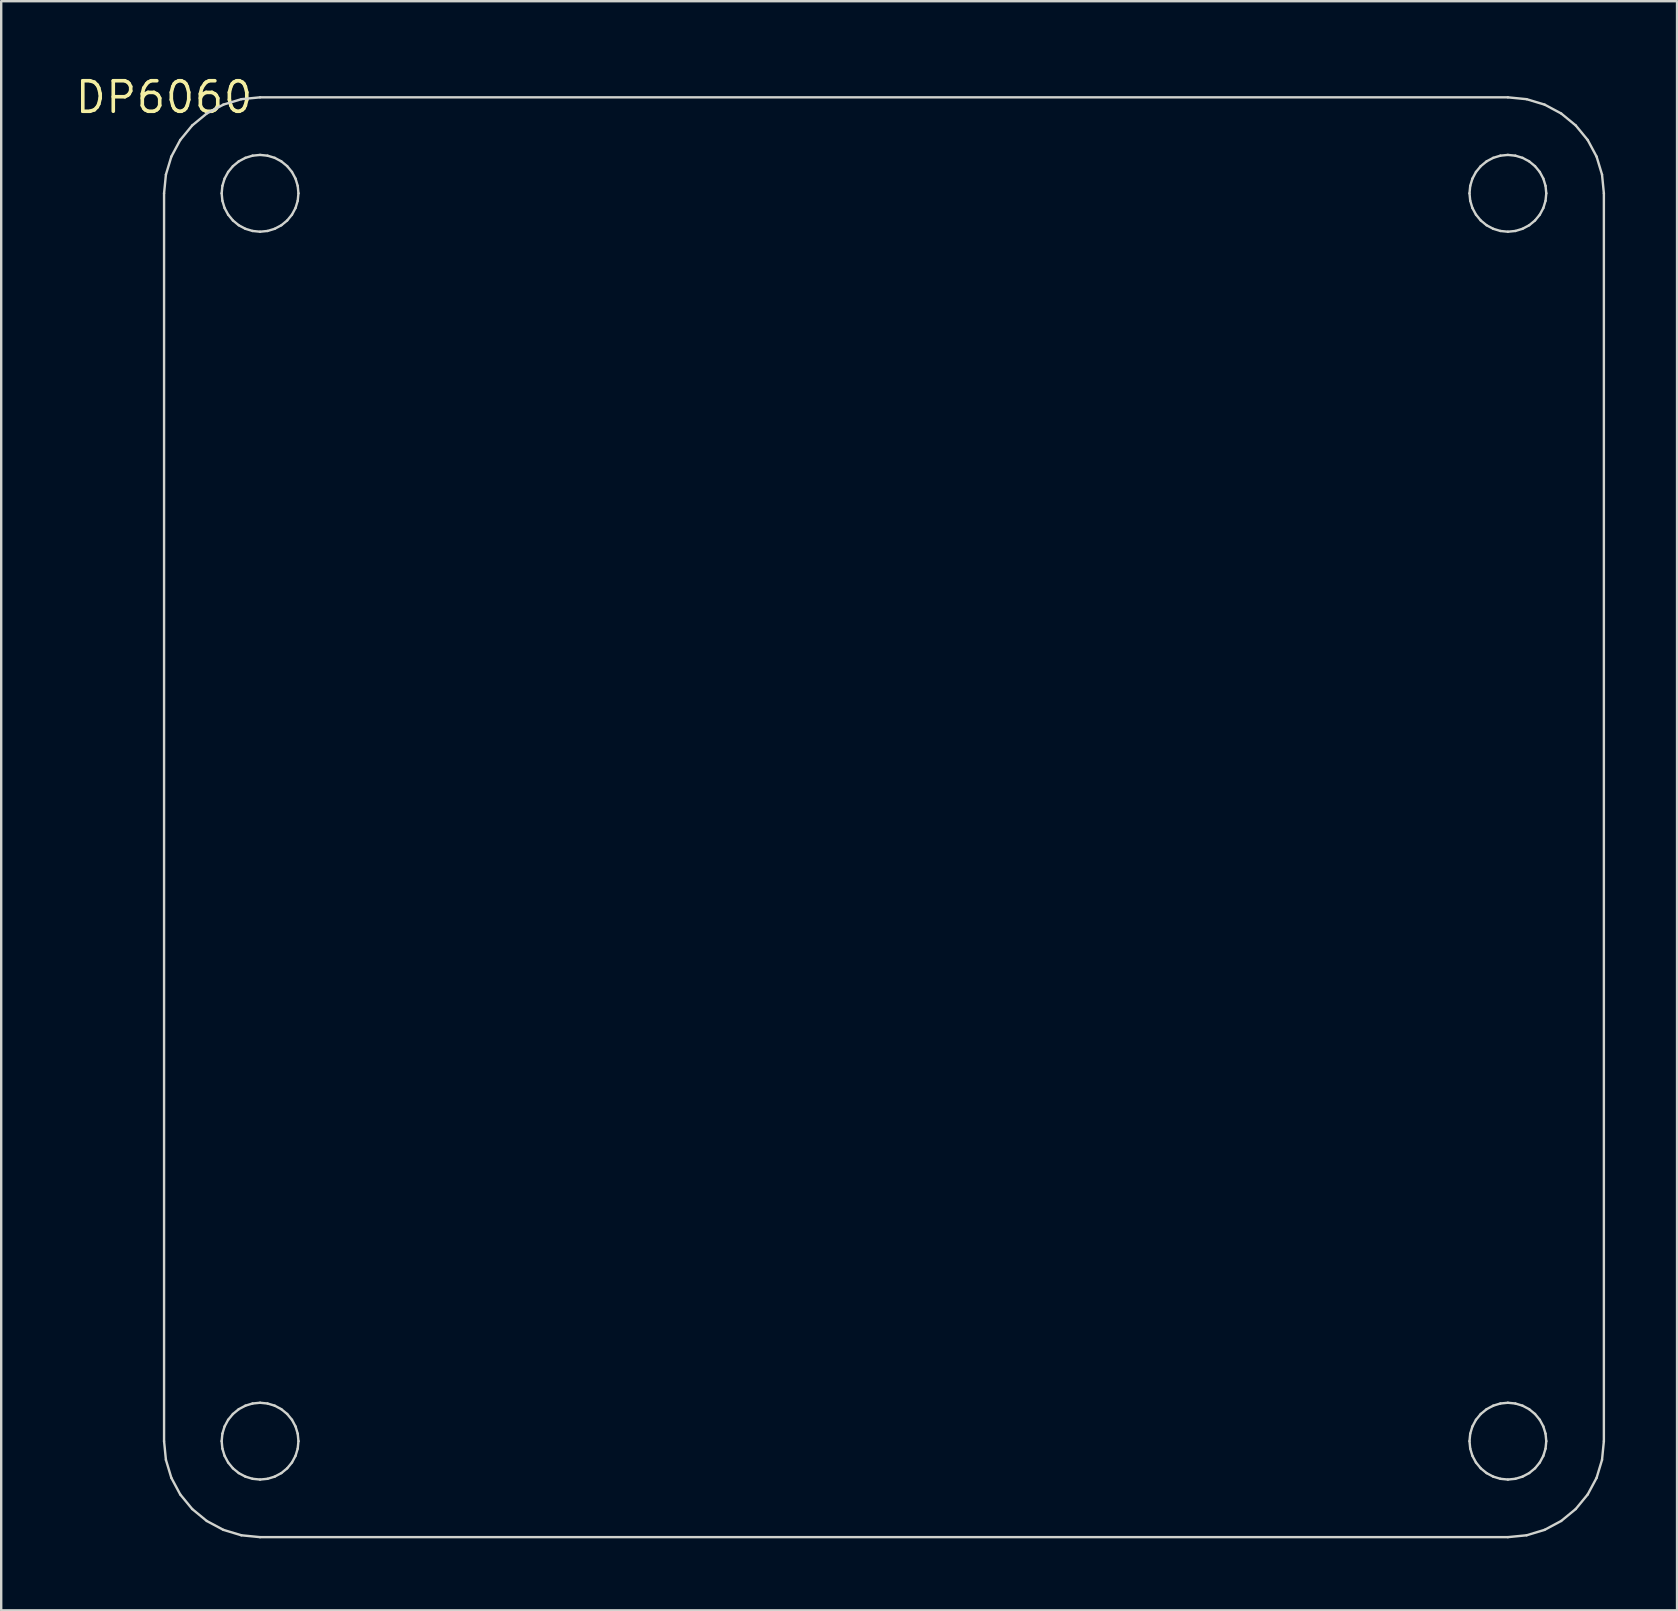
<source format=kicad_pcb>
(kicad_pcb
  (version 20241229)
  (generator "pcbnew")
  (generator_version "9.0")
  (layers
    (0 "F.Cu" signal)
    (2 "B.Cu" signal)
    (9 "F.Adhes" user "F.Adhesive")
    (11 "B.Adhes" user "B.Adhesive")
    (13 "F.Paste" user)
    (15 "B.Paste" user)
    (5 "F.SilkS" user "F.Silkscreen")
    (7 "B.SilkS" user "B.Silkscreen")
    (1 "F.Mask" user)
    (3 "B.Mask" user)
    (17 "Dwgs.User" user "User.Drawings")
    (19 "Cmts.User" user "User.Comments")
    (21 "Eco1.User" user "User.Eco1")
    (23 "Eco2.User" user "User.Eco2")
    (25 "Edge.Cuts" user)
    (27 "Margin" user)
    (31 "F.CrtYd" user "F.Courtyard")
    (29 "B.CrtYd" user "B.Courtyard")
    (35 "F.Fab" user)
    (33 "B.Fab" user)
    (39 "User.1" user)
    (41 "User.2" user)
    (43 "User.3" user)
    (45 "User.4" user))
  (footprint "DP6060"
    (layer "F.Cu")
    (at 3.787 1.006)
    (property "Reference" "DP6060" (at 0 0 0) (layer "F.SilkS") (effects (font (size 1.27 1.27) (thickness 0.15))))
    (attr through_hole)
    (fp_line (start 0 4) (end 0.077 3.22) (stroke (width 0.1) (type solid)) (layer "Edge.Cuts"))
    (fp_line (start 0 56) (end 0 4) (stroke (width 0.1) (type solid)) (layer "Edge.Cuts"))
    (fp_line (start 0.077 3.22) (end 0.304 2.469) (stroke (width 0.1) (type solid)) (layer "Edge.Cuts"))
    (fp_line (start 0.077 56.78) (end 0 56) (stroke (width 0.1) (type solid)) (layer "Edge.Cuts"))
    (fp_line (start 0.304 2.469) (end 0.674 1.778) (stroke (width 0.1) (type solid)) (layer "Edge.Cuts"))
    (fp_line (start 0.304 57.531) (end 0.077 56.78) (stroke (width 0.1) (type solid)) (layer "Edge.Cuts"))
    (fp_line (start 0.674 1.778) (end 1.172 1.172) (stroke (width 0.1) (type solid)) (layer "Edge.Cuts"))
    (fp_line (start 0.674 58.222) (end 0.304 57.531) (stroke (width 0.1) (type solid)) (layer "Edge.Cuts"))
    (fp_line (start 1.172 1.172) (end 1.778 0.674) (stroke (width 0.1) (type solid)) (layer "Edge.Cuts"))
    (fp_line (start 1.172 58.828) (end 0.674 58.222) (stroke (width 0.1) (type solid)) (layer "Edge.Cuts"))
    (fp_line (start 1.778 0.674) (end 2.469 0.304) (stroke (width 0.1) (type solid)) (layer "Edge.Cuts"))
    (fp_line (start 1.778 59.326) (end 1.172 58.828) (stroke (width 0.1) (type solid)) (layer "Edge.Cuts"))
    (fp_line (start 2.4 4) (end 2.431 4.312) (stroke (width 0.1) (type solid)) (layer "Edge.Cuts"))
    (fp_line (start 2.4 56) (end 2.431 56.312) (stroke (width 0.1) (type solid)) (layer "Edge.Cuts"))
    (fp_line (start 2.431 3.688) (end 2.4 4) (stroke (width 0.1) (type solid)) (layer "Edge.Cuts"))
    (fp_line (start 2.431 4.312) (end 2.522 4.612) (stroke (width 0.1) (type solid)) (layer "Edge.Cuts"))
    (fp_line (start 2.431 55.688) (end 2.4 56) (stroke (width 0.1) (type solid)) (layer "Edge.Cuts"))
    (fp_line (start 2.431 56.312) (end 2.522 56.612) (stroke (width 0.1) (type solid)) (layer "Edge.Cuts"))
    (fp_line (start 2.469 0.304) (end 3.22 0.077) (stroke (width 0.1) (type solid)) (layer "Edge.Cuts"))
    (fp_line (start 2.469 59.696) (end 1.778 59.326) (stroke (width 0.1) (type solid)) (layer "Edge.Cuts"))
    (fp_line (start 2.522 3.388) (end 2.431 3.688) (stroke (width 0.1) (type solid)) (layer "Edge.Cuts"))
    (fp_line (start 2.522 4.612) (end 2.67 4.889) (stroke (width 0.1) (type solid)) (layer "Edge.Cuts"))
    (fp_line (start 2.522 55.388) (end 2.431 55.688) (stroke (width 0.1) (type solid)) (layer "Edge.Cuts"))
    (fp_line (start 2.522 56.612) (end 2.67 56.889) (stroke (width 0.1) (type solid)) (layer "Edge.Cuts"))
    (fp_line (start 2.67 3.111) (end 2.522 3.388) (stroke (width 0.1) (type solid)) (layer "Edge.Cuts"))
    (fp_line (start 2.67 4.889) (end 2.869 5.131) (stroke (width 0.1) (type solid)) (layer "Edge.Cuts"))
    (fp_line (start 2.67 55.111) (end 2.522 55.388) (stroke (width 0.1) (type solid)) (layer "Edge.Cuts"))
    (fp_line (start 2.67 56.889) (end 2.869 57.131) (stroke (width 0.1) (type solid)) (layer "Edge.Cuts"))
    (fp_line (start 2.869 2.869) (end 2.67 3.111) (stroke (width 0.1) (type solid)) (layer "Edge.Cuts"))
    (fp_line (start 2.869 5.131) (end 3.111 5.33) (stroke (width 0.1) (type solid)) (layer "Edge.Cuts"))
    (fp_line (start 2.869 54.869) (end 2.67 55.111) (stroke (width 0.1) (type solid)) (layer "Edge.Cuts"))
    (fp_line (start 2.869 57.131) (end 3.111 57.33) (stroke (width 0.1) (type solid)) (layer "Edge.Cuts"))
    (fp_line (start 3.111 2.67) (end 2.869 2.869) (stroke (width 0.1) (type solid)) (layer "Edge.Cuts"))
    (fp_line (start 3.111 5.33) (end 3.388 5.478) (stroke (width 0.1) (type solid)) (layer "Edge.Cuts"))
    (fp_line (start 3.111 54.67) (end 2.869 54.869) (stroke (width 0.1) (type solid)) (layer "Edge.Cuts"))
    (fp_line (start 3.111 57.33) (end 3.388 57.478) (stroke (width 0.1) (type solid)) (layer "Edge.Cuts"))
    (fp_line (start 3.22 0.077) (end 4 0) (stroke (width 0.1) (type solid)) (layer "Edge.Cuts"))
    (fp_line (start 3.22 59.923) (end 2.469 59.696) (stroke (width 0.1) (type solid)) (layer "Edge.Cuts"))
    (fp_line (start 3.388 2.522) (end 3.111 2.67) (stroke (width 0.1) (type solid)) (layer "Edge.Cuts"))
    (fp_line (start 3.388 5.478) (end 3.688 5.569) (stroke (width 0.1) (type solid)) (layer "Edge.Cuts"))
    (fp_line (start 3.388 54.522) (end 3.111 54.67) (stroke (width 0.1) (type solid)) (layer "Edge.Cuts"))
    (fp_line (start 3.388 57.478) (end 3.688 57.569) (stroke (width 0.1) (type solid)) (layer "Edge.Cuts"))
    (fp_line (start 3.688 2.431) (end 3.388 2.522) (stroke (width 0.1) (type solid)) (layer "Edge.Cuts"))
    (fp_line (start 3.688 5.569) (end 4 5.6) (stroke (width 0.1) (type solid)) (layer "Edge.Cuts"))
    (fp_line (start 3.688 54.431) (end 3.388 54.522) (stroke (width 0.1) (type solid)) (layer "Edge.Cuts"))
    (fp_line (start 3.688 57.569) (end 4 57.6) (stroke (width 0.1) (type solid)) (layer "Edge.Cuts"))
    (fp_line (start 4 0) (end 56 0) (stroke (width 0.1) (type solid)) (layer "Edge.Cuts"))
    (fp_line (start 4 2.4) (end 3.688 2.431) (stroke (width 0.1) (type solid)) (layer "Edge.Cuts"))
    (fp_line (start 4 54.4) (end 3.688 54.431) (stroke (width 0.1) (type solid)) (layer "Edge.Cuts"))
    (fp_line (start 4 5.6) (end 4.312 5.569) (stroke (width 0.1) (type solid)) (layer "Edge.Cuts"))
    (fp_line (start 4 57.6) (end 4.312 57.569) (stroke (width 0.1) (type solid)) (layer "Edge.Cuts"))
    (fp_line (start 4 60) (end 3.22 59.923) (stroke (width 0.1) (type solid)) (layer "Edge.Cuts"))
    (fp_line (start 4.312 2.431) (end 4 2.4) (stroke (width 0.1) (type solid)) (layer "Edge.Cuts"))
    (fp_line (start 4.312 5.569) (end 4.612 5.478) (stroke (width 0.1) (type solid)) (layer "Edge.Cuts"))
    (fp_line (start 4.312 54.431) (end 4 54.4) (stroke (width 0.1) (type solid)) (layer "Edge.Cuts"))
    (fp_line (start 4.312 57.569) (end 4.612 57.478) (stroke (width 0.1) (type solid)) (layer "Edge.Cuts"))
    (fp_line (start 4.612 2.522) (end 4.312 2.431) (stroke (width 0.1) (type solid)) (layer "Edge.Cuts"))
    (fp_line (start 4.612 5.478) (end 4.889 5.33) (stroke (width 0.1) (type solid)) (layer "Edge.Cuts"))
    (fp_line (start 4.612 54.522) (end 4.312 54.431) (stroke (width 0.1) (type solid)) (layer "Edge.Cuts"))
    (fp_line (start 4.612 57.478) (end 4.889 57.33) (stroke (width 0.1) (type solid)) (layer "Edge.Cuts"))
    (fp_line (start 4.889 2.67) (end 4.612 2.522) (stroke (width 0.1) (type solid)) (layer "Edge.Cuts"))
    (fp_line (start 4.889 5.33) (end 5.131 5.131) (stroke (width 0.1) (type solid)) (layer "Edge.Cuts"))
    (fp_line (start 4.889 54.67) (end 4.612 54.522) (stroke (width 0.1) (type solid)) (layer "Edge.Cuts"))
    (fp_line (start 4.889 57.33) (end 5.131 57.131) (stroke (width 0.1) (type solid)) (layer "Edge.Cuts"))
    (fp_line (start 5.131 2.869) (end 4.889 2.67) (stroke (width 0.1) (type solid)) (layer "Edge.Cuts"))
    (fp_line (start 5.131 5.131) (end 5.33 4.889) (stroke (width 0.1) (type solid)) (layer "Edge.Cuts"))
    (fp_line (start 5.131 54.869) (end 4.889 54.67) (stroke (width 0.1) (type solid)) (layer "Edge.Cuts"))
    (fp_line (start 5.131 57.131) (end 5.33 56.889) (stroke (width 0.1) (type solid)) (layer "Edge.Cuts"))
    (fp_line (start 5.33 3.111) (end 5.131 2.869) (stroke (width 0.1) (type solid)) (layer "Edge.Cuts"))
    (fp_line (start 5.33 4.889) (end 5.478 4.612) (stroke (width 0.1) (type solid)) (layer "Edge.Cuts"))
    (fp_line (start 5.33 55.111) (end 5.131 54.869) (stroke (width 0.1) (type solid)) (layer "Edge.Cuts"))
    (fp_line (start 5.33 56.889) (end 5.478 56.612) (stroke (width 0.1) (type solid)) (layer "Edge.Cuts"))
    (fp_line (start 5.478 3.388) (end 5.33 3.111) (stroke (width 0.1) (type solid)) (layer "Edge.Cuts"))
    (fp_line (start 5.478 4.612) (end 5.569 4.312) (stroke (width 0.1) (type solid)) (layer "Edge.Cuts"))
    (fp_line (start 5.478 55.388) (end 5.33 55.111) (stroke (width 0.1) (type solid)) (layer "Edge.Cuts"))
    (fp_line (start 5.478 56.612) (end 5.569 56.312) (stroke (width 0.1) (type solid)) (layer "Edge.Cuts"))
    (fp_line (start 5.569 3.688) (end 5.478 3.388) (stroke (width 0.1) (type solid)) (layer "Edge.Cuts"))
    (fp_line (start 5.569 4.312) (end 5.6 4) (stroke (width 0.1) (type solid)) (layer "Edge.Cuts"))
    (fp_line (start 5.569 55.688) (end 5.478 55.388) (stroke (width 0.1) (type solid)) (layer "Edge.Cuts"))
    (fp_line (start 5.569 56.312) (end 5.6 56) (stroke (width 0.1) (type solid)) (layer "Edge.Cuts"))
    (fp_line (start 5.6 4) (end 5.569 3.688) (stroke (width 0.1) (type solid)) (layer "Edge.Cuts"))
    (fp_line (start 5.6 56) (end 5.569 55.688) (stroke (width 0.1) (type solid)) (layer "Edge.Cuts"))
    (fp_line (start 54.4 4) (end 54.431 4.312) (stroke (width 0.1) (type solid)) (layer "Edge.Cuts"))
    (fp_line (start 54.4 56) (end 54.431 56.312) (stroke (width 0.1) (type solid)) (layer "Edge.Cuts"))
    (fp_line (start 54.431 3.688) (end 54.4 4) (stroke (width 0.1) (type solid)) (layer "Edge.Cuts"))
    (fp_line (start 54.431 4.312) (end 54.522 4.612) (stroke (width 0.1) (type solid)) (layer "Edge.Cuts"))
    (fp_line (start 54.431 55.688) (end 54.4 56) (stroke (width 0.1) (type solid)) (layer "Edge.Cuts"))
    (fp_line (start 54.431 56.312) (end 54.522 56.612) (stroke (width 0.1) (type solid)) (layer "Edge.Cuts"))
    (fp_line (start 54.522 3.388) (end 54.431 3.688) (stroke (width 0.1) (type solid)) (layer "Edge.Cuts"))
    (fp_line (start 54.522 4.612) (end 54.67 4.889) (stroke (width 0.1) (type solid)) (layer "Edge.Cuts"))
    (fp_line (start 54.522 55.388) (end 54.431 55.688) (stroke (width 0.1) (type solid)) (layer "Edge.Cuts"))
    (fp_line (start 54.522 56.612) (end 54.67 56.889) (stroke (width 0.1) (type solid)) (layer "Edge.Cuts"))
    (fp_line (start 54.67 3.111) (end 54.522 3.388) (stroke (width 0.1) (type solid)) (layer "Edge.Cuts"))
    (fp_line (start 54.67 4.889) (end 54.869 5.131) (stroke (width 0.1) (type solid)) (layer "Edge.Cuts"))
    (fp_line (start 54.67 55.111) (end 54.522 55.388) (stroke (width 0.1) (type solid)) (layer "Edge.Cuts"))
    (fp_line (start 54.67 56.889) (end 54.869 57.131) (stroke (width 0.1) (type solid)) (layer "Edge.Cuts"))
    (fp_line (start 54.869 2.869) (end 54.67 3.111) (stroke (width 0.1) (type solid)) (layer "Edge.Cuts"))
    (fp_line (start 54.869 5.131) (end 55.111 5.33) (stroke (width 0.1) (type solid)) (layer "Edge.Cuts"))
    (fp_line (start 54.869 54.869) (end 54.67 55.111) (stroke (width 0.1) (type solid)) (layer "Edge.Cuts"))
    (fp_line (start 54.869 57.131) (end 55.111 57.33) (stroke (width 0.1) (type solid)) (layer "Edge.Cuts"))
    (fp_line (start 55.111 2.67) (end 54.869 2.869) (stroke (width 0.1) (type solid)) (layer "Edge.Cuts"))
    (fp_line (start 55.111 5.33) (end 55.388 5.478) (stroke (width 0.1) (type solid)) (layer "Edge.Cuts"))
    (fp_line (start 55.111 54.67) (end 54.869 54.869) (stroke (width 0.1) (type solid)) (layer "Edge.Cuts"))
    (fp_line (start 55.111 57.33) (end 55.388 57.478) (stroke (width 0.1) (type solid)) (layer "Edge.Cuts"))
    (fp_line (start 55.388 2.522) (end 55.111 2.67) (stroke (width 0.1) (type solid)) (layer "Edge.Cuts"))
    (fp_line (start 55.388 5.478) (end 55.688 5.569) (stroke (width 0.1) (type solid)) (layer "Edge.Cuts"))
    (fp_line (start 55.388 54.522) (end 55.111 54.67) (stroke (width 0.1) (type solid)) (layer "Edge.Cuts"))
    (fp_line (start 55.388 57.478) (end 55.688 57.569) (stroke (width 0.1) (type solid)) (layer "Edge.Cuts"))
    (fp_line (start 55.688 2.431) (end 55.388 2.522) (stroke (width 0.1) (type solid)) (layer "Edge.Cuts"))
    (fp_line (start 55.688 5.569) (end 56 5.6) (stroke (width 0.1) (type solid)) (layer "Edge.Cuts"))
    (fp_line (start 55.688 54.431) (end 55.388 54.522) (stroke (width 0.1) (type solid)) (layer "Edge.Cuts"))
    (fp_line (start 55.688 57.569) (end 56 57.6) (stroke (width 0.1) (type solid)) (layer "Edge.Cuts"))
    (fp_line (start 56 0) (end 56.78 0.077) (stroke (width 0.1) (type solid)) (layer "Edge.Cuts"))
    (fp_line (start 56 2.4) (end 55.688 2.431) (stroke (width 0.1) (type solid)) (layer "Edge.Cuts"))
    (fp_line (start 56 5.6) (end 56.312 5.569) (stroke (width 0.1) (type solid)) (layer "Edge.Cuts"))
    (fp_line (start 56 54.4) (end 55.688 54.431) (stroke (width 0.1) (type solid)) (layer "Edge.Cuts"))
    (fp_line (start 56 57.6) (end 56.312 57.569) (stroke (width 0.1) (type solid)) (layer "Edge.Cuts"))
    (fp_line (start 56 60) (end 4 60) (stroke (width 0.1) (type solid)) (layer "Edge.Cuts"))
    (fp_line (start 56.312 2.431) (end 56 2.4) (stroke (width 0.1) (type solid)) (layer "Edge.Cuts"))
    (fp_line (start 56.312 5.569) (end 56.612 5.478) (stroke (width 0.1) (type solid)) (layer "Edge.Cuts"))
    (fp_line (start 56.312 54.431) (end 56 54.4) (stroke (width 0.1) (type solid)) (layer "Edge.Cuts"))
    (fp_line (start 56.312 57.569) (end 56.612 57.478) (stroke (width 0.1) (type solid)) (layer "Edge.Cuts"))
    (fp_line (start 56.612 2.522) (end 56.312 2.431) (stroke (width 0.1) (type solid)) (layer "Edge.Cuts"))
    (fp_line (start 56.612 5.478) (end 56.889 5.33) (stroke (width 0.1) (type solid)) (layer "Edge.Cuts"))
    (fp_line (start 56.612 54.522) (end 56.312 54.431) (stroke (width 0.1) (type solid)) (layer "Edge.Cuts"))
    (fp_line (start 56.612 57.478) (end 56.889 57.33) (stroke (width 0.1) (type solid)) (layer "Edge.Cuts"))
    (fp_line (start 56.78 0.077) (end 57.531 0.304) (stroke (width 0.1) (type solid)) (layer "Edge.Cuts"))
    (fp_line (start 56.78 59.923) (end 56 60) (stroke (width 0.1) (type solid)) (layer "Edge.Cuts"))
    (fp_line (start 56.889 2.67) (end 56.612 2.522) (stroke (width 0.1) (type solid)) (layer "Edge.Cuts"))
    (fp_line (start 56.889 5.33) (end 57.131 5.131) (stroke (width 0.1) (type solid)) (layer "Edge.Cuts"))
    (fp_line (start 56.889 54.67) (end 56.612 54.522) (stroke (width 0.1) (type solid)) (layer "Edge.Cuts"))
    (fp_line (start 56.889 57.33) (end 57.131 57.131) (stroke (width 0.1) (type solid)) (layer "Edge.Cuts"))
    (fp_line (start 57.131 2.869) (end 56.889 2.67) (stroke (width 0.1) (type solid)) (layer "Edge.Cuts"))
    (fp_line (start 57.131 5.131) (end 57.33 4.889) (stroke (width 0.1) (type solid)) (layer "Edge.Cuts"))
    (fp_line (start 57.131 54.869) (end 56.889 54.67) (stroke (width 0.1) (type solid)) (layer "Edge.Cuts"))
    (fp_line (start 57.131 57.131) (end 57.33 56.889) (stroke (width 0.1) (type solid)) (layer "Edge.Cuts"))
    (fp_line (start 57.33 3.111) (end 57.131 2.869) (stroke (width 0.1) (type solid)) (layer "Edge.Cuts"))
    (fp_line (start 57.33 4.889) (end 57.478 4.612) (stroke (width 0.1) (type solid)) (layer "Edge.Cuts"))
    (fp_line (start 57.33 55.111) (end 57.131 54.869) (stroke (width 0.1) (type solid)) (layer "Edge.Cuts"))
    (fp_line (start 57.33 56.889) (end 57.478 56.612) (stroke (width 0.1) (type solid)) (layer "Edge.Cuts"))
    (fp_line (start 57.478 3.388) (end 57.33 3.111) (stroke (width 0.1) (type solid)) (layer "Edge.Cuts"))
    (fp_line (start 57.478 4.612) (end 57.569 4.312) (stroke (width 0.1) (type solid)) (layer "Edge.Cuts"))
    (fp_line (start 57.478 55.388) (end 57.33 55.111) (stroke (width 0.1) (type solid)) (layer "Edge.Cuts"))
    (fp_line (start 57.478 56.612) (end 57.569 56.312) (stroke (width 0.1) (type solid)) (layer "Edge.Cuts"))
    (fp_line (start 57.531 0.304) (end 58.222 0.674) (stroke (width 0.1) (type solid)) (layer "Edge.Cuts"))
    (fp_line (start 57.531 59.696) (end 56.78 59.923) (stroke (width 0.1) (type solid)) (layer "Edge.Cuts"))
    (fp_line (start 57.569 3.688) (end 57.478 3.388) (stroke (width 0.1) (type solid)) (layer "Edge.Cuts"))
    (fp_line (start 57.569 4.312) (end 57.6 4) (stroke (width 0.1) (type solid)) (layer "Edge.Cuts"))
    (fp_line (start 57.569 55.688) (end 57.478 55.388) (stroke (width 0.1) (type solid)) (layer "Edge.Cuts"))
    (fp_line (start 57.569 56.312) (end 57.6 56) (stroke (width 0.1) (type solid)) (layer "Edge.Cuts"))
    (fp_line (start 57.6 4) (end 57.569 3.688) (stroke (width 0.1) (type solid)) (layer "Edge.Cuts"))
    (fp_line (start 57.6 56) (end 57.569 55.688) (stroke (width 0.1) (type solid)) (layer "Edge.Cuts"))
    (fp_line (start 58.222 0.674) (end 58.828 1.172) (stroke (width 0.1) (type solid)) (layer "Edge.Cuts"))
    (fp_line (start 58.222 59.326) (end 57.531 59.696) (stroke (width 0.1) (type solid)) (layer "Edge.Cuts"))
    (fp_line (start 58.828 1.172) (end 59.326 1.778) (stroke (width 0.1) (type solid)) (layer "Edge.Cuts"))
    (fp_line (start 58.828 58.828) (end 58.222 59.326) (stroke (width 0.1) (type solid)) (layer "Edge.Cuts"))
    (fp_line (start 59.326 1.778) (end 59.696 2.469) (stroke (width 0.1) (type solid)) (layer "Edge.Cuts"))
    (fp_line (start 59.326 58.222) (end 58.828 58.828) (stroke (width 0.1) (type solid)) (layer "Edge.Cuts"))
    (fp_line (start 59.696 2.469) (end 59.923 3.22) (stroke (width 0.1) (type solid)) (layer "Edge.Cuts"))
    (fp_line (start 59.696 57.531) (end 59.326 58.222) (stroke (width 0.1) (type solid)) (layer "Edge.Cuts"))
    (fp_line (start 59.923 3.22) (end 60 4) (stroke (width 0.1) (type solid)) (layer "Edge.Cuts"))
    (fp_line (start 59.923 56.78) (end 59.696 57.531) (stroke (width 0.1) (type solid)) (layer "Edge.Cuts"))
    (fp_line (start 60 4) (end 60 56) (stroke (width 0.1) (type solid)) (layer "Edge.Cuts"))
    (fp_line (start 60 56) (end 59.923 56.78) (stroke (width 0.1) (type solid)) (layer "Edge.Cuts")))
  (gr_rect
    (start -3 -3)
    (end 66.837 64.056)
    (stroke (width 0.1) (type default))
    (fill no)
    (layer "Edge.Cuts")))
</source>
